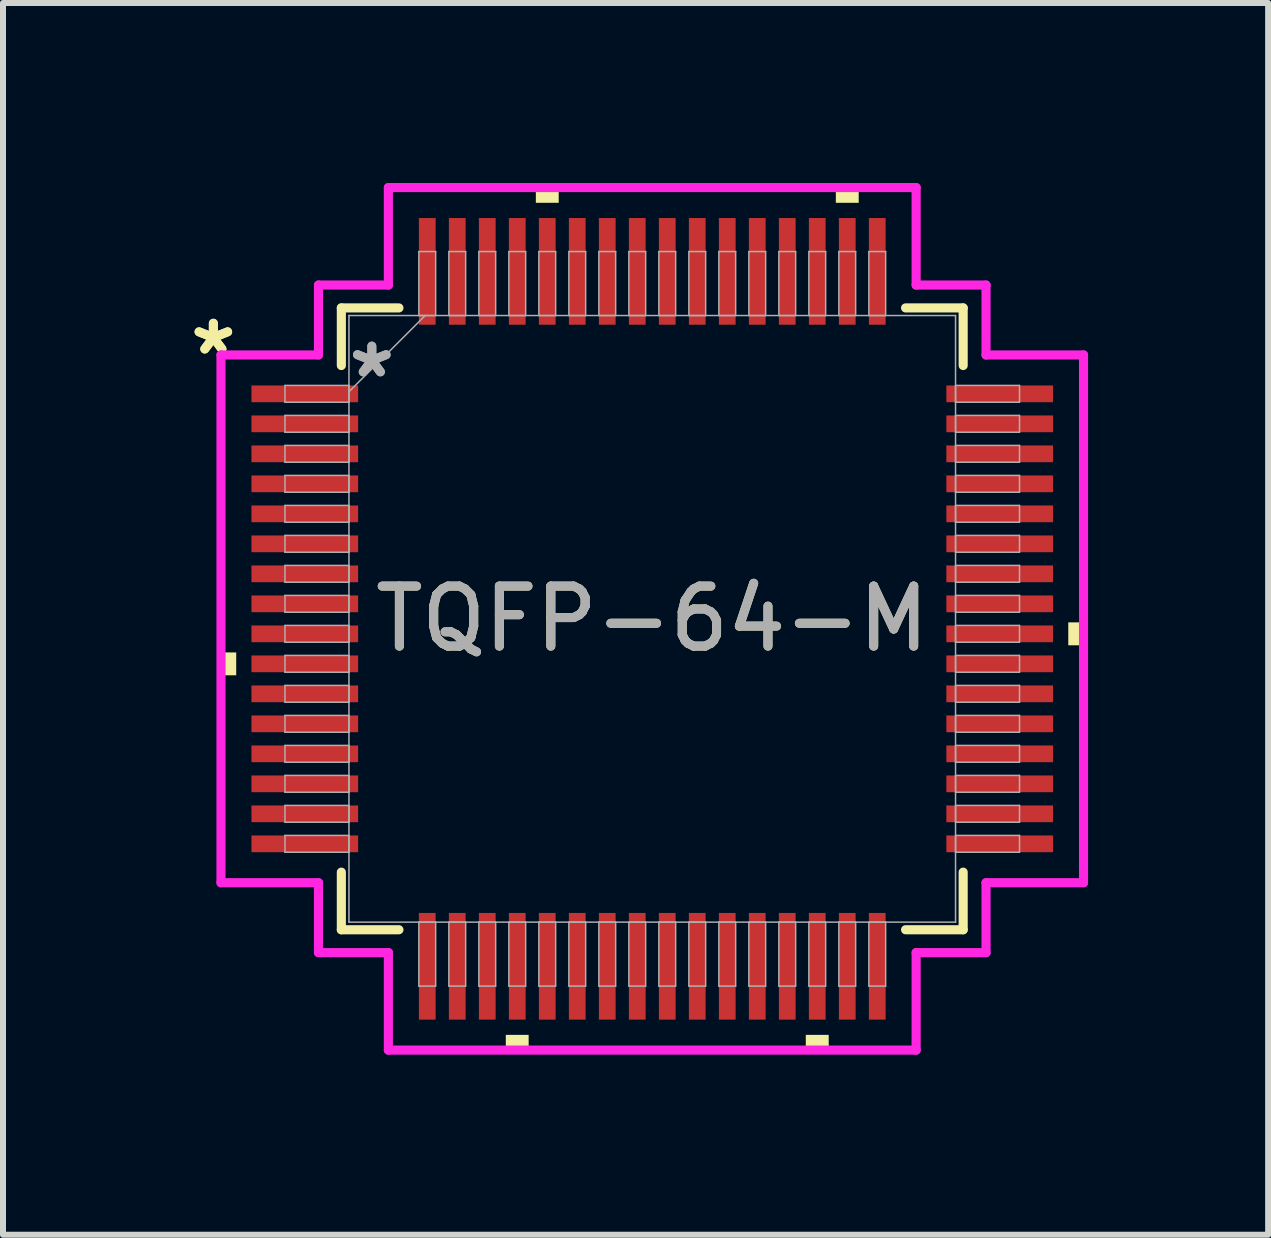
<source format=kicad_pcb>
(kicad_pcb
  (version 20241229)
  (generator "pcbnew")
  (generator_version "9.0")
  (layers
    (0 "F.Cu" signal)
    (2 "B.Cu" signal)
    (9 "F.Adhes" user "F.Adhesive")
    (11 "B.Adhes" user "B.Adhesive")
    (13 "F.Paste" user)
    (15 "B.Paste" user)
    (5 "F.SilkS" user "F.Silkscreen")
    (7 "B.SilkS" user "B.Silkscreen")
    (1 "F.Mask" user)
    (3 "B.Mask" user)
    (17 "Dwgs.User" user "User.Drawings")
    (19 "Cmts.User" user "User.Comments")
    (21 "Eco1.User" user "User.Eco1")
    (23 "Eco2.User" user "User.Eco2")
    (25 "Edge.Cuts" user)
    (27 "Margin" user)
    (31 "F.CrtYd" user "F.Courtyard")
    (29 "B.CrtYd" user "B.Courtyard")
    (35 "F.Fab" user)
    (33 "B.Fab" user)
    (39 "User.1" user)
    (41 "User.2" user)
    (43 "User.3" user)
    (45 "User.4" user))
  (footprint "TQFP-64-M"
    (layer "F.Cu")
    (at 7.821 7.264)
    (property "Reference" "TQFP-64-M" (at 0 0 0) (unlocked yes) (layer "F.SilkS") (effects (font (size 1 1) (thickness 0.15))))
    (attr smd)
    (fp_line (start -5.182 -5.182) (end -5.182 -4.222) (stroke (width 0.152) (type solid)) (layer "F.SilkS"))
    (fp_line (start -5.182 4.222) (end -5.182 5.182) (stroke (width 0.152) (type solid)) (layer "F.SilkS"))
    (fp_line (start -5.182 5.182) (end -4.222 5.182) (stroke (width 0.152) (type solid)) (layer "F.SilkS"))
    (fp_line (start -4.222 -5.182) (end -5.182 -5.182) (stroke (width 0.152) (type solid)) (layer "F.SilkS"))
    (fp_line (start 4.222 5.182) (end 5.182 5.182) (stroke (width 0.152) (type solid)) (layer "F.SilkS"))
    (fp_line (start 5.182 -5.182) (end 4.222 -5.182) (stroke (width 0.152) (type solid)) (layer "F.SilkS"))
    (fp_line (start 5.182 -4.222) (end 5.182 -5.182) (stroke (width 0.152) (type solid)) (layer "F.SilkS"))
    (fp_line (start 5.182 5.182) (end 5.182 4.222) (stroke (width 0.152) (type solid)) (layer "F.SilkS"))
    (fp_poly (pts (xy -7.188 0.56) (xy -7.188 0.941) (xy -6.934 0.941) (xy -6.934 0.56)) (stroke (width 0) (type solid)) (fill yes) (layer "F.SilkS"))
    (fp_poly (pts (xy -2.441 6.934) (xy -2.441 7.188) (xy -2.06 7.188) (xy -2.06 6.934)) (stroke (width 0) (type solid)) (fill yes) (layer "F.SilkS"))
    (fp_poly (pts (xy -1.94 -6.934) (xy -1.94 -7.188) (xy -1.559 -7.188) (xy -1.559 -6.934)) (stroke (width 0) (type solid)) (fill yes) (layer "F.SilkS"))
    (fp_poly (pts (xy 2.559 6.934) (xy 2.559 7.188) (xy 2.941 7.188) (xy 2.941 6.934)) (stroke (width 0) (type solid)) (fill yes) (layer "F.SilkS"))
    (fp_poly (pts (xy 3.06 -6.934) (xy 3.06 -7.188) (xy 3.441 -7.188) (xy 3.441 -6.934)) (stroke (width 0) (type solid)) (fill yes) (layer "F.SilkS"))
    (fp_poly (pts (xy 7.188 0.059) (xy 7.188 0.441) (xy 6.934 0.441) (xy 6.934 0.059)) (stroke (width 0) (type solid)) (fill yes) (layer "F.SilkS"))
    (fp_line (start -7.188 -4.398) (end -5.563 -4.398) (stroke (width 0.152) (type solid)) (layer "F.CrtYd"))
    (fp_line (start -7.188 4.398) (end -7.188 -4.398) (stroke (width 0.152) (type solid)) (layer "F.CrtYd"))
    (fp_line (start -5.563 -5.563) (end -4.398 -5.563) (stroke (width 0.152) (type solid)) (layer "F.CrtYd"))
    (fp_line (start -5.563 -4.398) (end -5.563 -5.563) (stroke (width 0.152) (type solid)) (layer "F.CrtYd"))
    (fp_line (start -5.563 4.398) (end -7.188 4.398) (stroke (width 0.152) (type solid)) (layer "F.CrtYd"))
    (fp_line (start -5.563 5.563) (end -5.563 4.398) (stroke (width 0.152) (type solid)) (layer "F.CrtYd"))
    (fp_line (start -5.563 5.563) (end -4.398 5.563) (stroke (width 0.152) (type solid)) (layer "F.CrtYd"))
    (fp_line (start -4.398 -7.188) (end 4.398 -7.188) (stroke (width 0.152) (type solid)) (layer "F.CrtYd"))
    (fp_line (start -4.398 -5.563) (end -4.398 -7.188) (stroke (width 0.152) (type solid)) (layer "F.CrtYd"))
    (fp_line (start -4.398 5.563) (end -4.398 7.188) (stroke (width 0.152) (type solid)) (layer "F.CrtYd"))
    (fp_line (start -4.398 7.188) (end 4.398 7.188) (stroke (width 0.152) (type solid)) (layer "F.CrtYd"))
    (fp_line (start 4.398 -7.188) (end 4.398 -5.563) (stroke (width 0.152) (type solid)) (layer "F.CrtYd"))
    (fp_line (start 4.398 -5.563) (end 5.563 -5.563) (stroke (width 0.152) (type solid)) (layer "F.CrtYd"))
    (fp_line (start 4.398 5.563) (end 5.563 5.563) (stroke (width 0.152) (type solid)) (layer "F.CrtYd"))
    (fp_line (start 4.398 7.188) (end 4.398 5.563) (stroke (width 0.152) (type solid)) (layer "F.CrtYd"))
    (fp_line (start 5.563 -4.398) (end 5.563 -5.563) (stroke (width 0.152) (type solid)) (layer "F.CrtYd"))
    (fp_line (start 5.563 4.398) (end 7.188 4.398) (stroke (width 0.152) (type solid)) (layer "F.CrtYd"))
    (fp_line (start 5.563 5.563) (end 5.563 4.398) (stroke (width 0.152) (type solid)) (layer "F.CrtYd"))
    (fp_line (start 7.188 -4.398) (end 5.563 -4.398) (stroke (width 0.152) (type solid)) (layer "F.CrtYd"))
    (fp_line (start 7.188 4.398) (end 7.188 -4.398) (stroke (width 0.152) (type solid)) (layer "F.CrtYd"))
    (fp_line (start -6.121 -3.89) (end -6.121 -3.61) (stroke (width 0.025) (type solid)) (layer "F.Fab"))
    (fp_line (start -6.121 -3.61) (end -5.055 -3.61) (stroke (width 0.025) (type solid)) (layer "F.Fab"))
    (fp_line (start -6.121 -3.39) (end -6.121 -3.11) (stroke (width 0.025) (type solid)) (layer "F.Fab"))
    (fp_line (start -6.121 -3.11) (end -5.055 -3.11) (stroke (width 0.025) (type solid)) (layer "F.Fab"))
    (fp_line (start -6.121 -2.89) (end -6.121 -2.61) (stroke (width 0.025) (type solid)) (layer "F.Fab"))
    (fp_line (start -6.121 -2.61) (end -5.055 -2.61) (stroke (width 0.025) (type solid)) (layer "F.Fab"))
    (fp_line (start -6.121 -2.39) (end -6.121 -2.11) (stroke (width 0.025) (type solid)) (layer "F.Fab"))
    (fp_line (start -6.121 -2.11) (end -5.055 -2.11) (stroke (width 0.025) (type solid)) (layer "F.Fab"))
    (fp_line (start -6.121 -1.89) (end -6.121 -1.61) (stroke (width 0.025) (type solid)) (layer "F.Fab"))
    (fp_line (start -6.121 -1.61) (end -5.055 -1.61) (stroke (width 0.025) (type solid)) (layer "F.Fab"))
    (fp_line (start -6.121 -1.39) (end -6.121 -1.11) (stroke (width 0.025) (type solid)) (layer "F.Fab"))
    (fp_line (start -6.121 -1.11) (end -5.055 -1.11) (stroke (width 0.025) (type solid)) (layer "F.Fab"))
    (fp_line (start -6.121 -0.89) (end -6.121 -0.61) (stroke (width 0.025) (type solid)) (layer "F.Fab"))
    (fp_line (start -6.121 -0.61) (end -5.055 -0.61) (stroke (width 0.025) (type solid)) (layer "F.Fab"))
    (fp_line (start -6.121 -0.39) (end -6.121 -0.11) (stroke (width 0.025) (type solid)) (layer "F.Fab"))
    (fp_line (start -6.121 -0.11) (end -5.055 -0.11) (stroke (width 0.025) (type solid)) (layer "F.Fab"))
    (fp_line (start -6.121 0.11) (end -6.121 0.39) (stroke (width 0.025) (type solid)) (layer "F.Fab"))
    (fp_line (start -6.121 0.39) (end -5.055 0.39) (stroke (width 0.025) (type solid)) (layer "F.Fab"))
    (fp_line (start -6.121 0.61) (end -6.121 0.89) (stroke (width 0.025) (type solid)) (layer "F.Fab"))
    (fp_line (start -6.121 0.89) (end -5.055 0.89) (stroke (width 0.025) (type solid)) (layer "F.Fab"))
    (fp_line (start -6.121 1.11) (end -6.121 1.39) (stroke (width 0.025) (type solid)) (layer "F.Fab"))
    (fp_line (start -6.121 1.39) (end -5.055 1.39) (stroke (width 0.025) (type solid)) (layer "F.Fab"))
    (fp_line (start -6.121 1.61) (end -6.121 1.89) (stroke (width 0.025) (type solid)) (layer "F.Fab"))
    (fp_line (start -6.121 1.89) (end -5.055 1.89) (stroke (width 0.025) (type solid)) (layer "F.Fab"))
    (fp_line (start -6.121 2.11) (end -6.121 2.39) (stroke (width 0.025) (type solid)) (layer "F.Fab"))
    (fp_line (start -6.121 2.39) (end -5.055 2.39) (stroke (width 0.025) (type solid)) (layer "F.Fab"))
    (fp_line (start -6.121 2.61) (end -6.121 2.89) (stroke (width 0.025) (type solid)) (layer "F.Fab"))
    (fp_line (start -6.121 2.89) (end -5.055 2.89) (stroke (width 0.025) (type solid)) (layer "F.Fab"))
    (fp_line (start -6.121 3.11) (end -6.121 3.39) (stroke (width 0.025) (type solid)) (layer "F.Fab"))
    (fp_line (start -6.121 3.39) (end -5.055 3.39) (stroke (width 0.025) (type solid)) (layer "F.Fab"))
    (fp_line (start -6.121 3.61) (end -6.121 3.89) (stroke (width 0.025) (type solid)) (layer "F.Fab"))
    (fp_line (start -6.121 3.89) (end -5.055 3.89) (stroke (width 0.025) (type solid)) (layer "F.Fab"))
    (fp_line (start -5.055 -5.055) (end -5.055 5.055) (stroke (width 0.025) (type solid)) (layer "F.Fab"))
    (fp_line (start -5.055 -3.89) (end -6.121 -3.89) (stroke (width 0.025) (type solid)) (layer "F.Fab"))
    (fp_line (start -5.055 -3.785) (end -3.785 -5.055) (stroke (width 0.025) (type solid)) (layer "F.Fab"))
    (fp_line (start -5.055 -3.61) (end -5.055 -3.89) (stroke (width 0.025) (type solid)) (layer "F.Fab"))
    (fp_line (start -5.055 -3.39) (end -6.121 -3.39) (stroke (width 0.025) (type solid)) (layer "F.Fab"))
    (fp_line (start -5.055 -3.11) (end -5.055 -3.39) (stroke (width 0.025) (type solid)) (layer "F.Fab"))
    (fp_line (start -5.055 -2.89) (end -6.121 -2.89) (stroke (width 0.025) (type solid)) (layer "F.Fab"))
    (fp_line (start -5.055 -2.61) (end -5.055 -2.89) (stroke (width 0.025) (type solid)) (layer "F.Fab"))
    (fp_line (start -5.055 -2.39) (end -6.121 -2.39) (stroke (width 0.025) (type solid)) (layer "F.Fab"))
    (fp_line (start -5.055 -2.11) (end -5.055 -2.39) (stroke (width 0.025) (type solid)) (layer "F.Fab"))
    (fp_line (start -5.055 -1.89) (end -6.121 -1.89) (stroke (width 0.025) (type solid)) (layer "F.Fab"))
    (fp_line (start -5.055 -1.61) (end -5.055 -1.89) (stroke (width 0.025) (type solid)) (layer "F.Fab"))
    (fp_line (start -5.055 -1.39) (end -6.121 -1.39) (stroke (width 0.025) (type solid)) (layer "F.Fab"))
    (fp_line (start -5.055 -1.11) (end -5.055 -1.39) (stroke (width 0.025) (type solid)) (layer "F.Fab"))
    (fp_line (start -5.055 -0.89) (end -6.121 -0.89) (stroke (width 0.025) (type solid)) (layer "F.Fab"))
    (fp_line (start -5.055 -0.61) (end -5.055 -0.89) (stroke (width 0.025) (type solid)) (layer "F.Fab"))
    (fp_line (start -5.055 -0.39) (end -6.121 -0.39) (stroke (width 0.025) (type solid)) (layer "F.Fab"))
    (fp_line (start -5.055 -0.11) (end -5.055 -0.39) (stroke (width 0.025) (type solid)) (layer "F.Fab"))
    (fp_line (start -5.055 0.11) (end -6.121 0.11) (stroke (width 0.025) (type solid)) (layer "F.Fab"))
    (fp_line (start -5.055 0.39) (end -5.055 0.11) (stroke (width 0.025) (type solid)) (layer "F.Fab"))
    (fp_line (start -5.055 0.61) (end -6.121 0.61) (stroke (width 0.025) (type solid)) (layer "F.Fab"))
    (fp_line (start -5.055 0.89) (end -5.055 0.61) (stroke (width 0.025) (type solid)) (layer "F.Fab"))
    (fp_line (start -5.055 1.11) (end -6.121 1.11) (stroke (width 0.025) (type solid)) (layer "F.Fab"))
    (fp_line (start -5.055 1.39) (end -5.055 1.11) (stroke (width 0.025) (type solid)) (layer "F.Fab"))
    (fp_line (start -5.055 1.61) (end -6.121 1.61) (stroke (width 0.025) (type solid)) (layer "F.Fab"))
    (fp_line (start -5.055 1.89) (end -5.055 1.61) (stroke (width 0.025) (type solid)) (layer "F.Fab"))
    (fp_line (start -5.055 2.11) (end -6.121 2.11) (stroke (width 0.025) (type solid)) (layer "F.Fab"))
    (fp_line (start -5.055 2.39) (end -5.055 2.11) (stroke (width 0.025) (type solid)) (layer "F.Fab"))
    (fp_line (start -5.055 2.61) (end -6.121 2.61) (stroke (width 0.025) (type solid)) (layer "F.Fab"))
    (fp_line (start -5.055 2.89) (end -5.055 2.61) (stroke (width 0.025) (type solid)) (layer "F.Fab"))
    (fp_line (start -5.055 3.11) (end -6.121 3.11) (stroke (width 0.025) (type solid)) (layer "F.Fab"))
    (fp_line (start -5.055 3.39) (end -5.055 3.11) (stroke (width 0.025) (type solid)) (layer "F.Fab"))
    (fp_line (start -5.055 3.61) (end -6.121 3.61) (stroke (width 0.025) (type solid)) (layer "F.Fab"))
    (fp_line (start -5.055 3.89) (end -5.055 3.61) (stroke (width 0.025) (type solid)) (layer "F.Fab"))
    (fp_line (start -5.055 5.055) (end 5.055 5.055) (stroke (width 0.025) (type solid)) (layer "F.Fab"))
    (fp_line (start -3.89 -6.121) (end -3.89 -5.055) (stroke (width 0.025) (type solid)) (layer "F.Fab"))
    (fp_line (start -3.89 -5.055) (end -3.61 -5.055) (stroke (width 0.025) (type solid)) (layer "F.Fab"))
    (fp_line (start -3.89 5.055) (end -3.89 6.121) (stroke (width 0.025) (type solid)) (layer "F.Fab"))
    (fp_line (start -3.89 6.121) (end -3.61 6.121) (stroke (width 0.025) (type solid)) (layer "F.Fab"))
    (fp_line (start -3.61 -6.121) (end -3.89 -6.121) (stroke (width 0.025) (type solid)) (layer "F.Fab"))
    (fp_line (start -3.61 -5.055) (end -3.61 -6.121) (stroke (width 0.025) (type solid)) (layer "F.Fab"))
    (fp_line (start -3.61 5.055) (end -3.89 5.055) (stroke (width 0.025) (type solid)) (layer "F.Fab"))
    (fp_line (start -3.61 6.121) (end -3.61 5.055) (stroke (width 0.025) (type solid)) (layer "F.Fab"))
    (fp_line (start -3.39 -6.121) (end -3.39 -5.055) (stroke (width 0.025) (type solid)) (layer "F.Fab"))
    (fp_line (start -3.39 -5.055) (end -3.11 -5.055) (stroke (width 0.025) (type solid)) (layer "F.Fab"))
    (fp_line (start -3.39 5.055) (end -3.39 6.121) (stroke (width 0.025) (type solid)) (layer "F.Fab"))
    (fp_line (start -3.39 6.121) (end -3.11 6.121) (stroke (width 0.025) (type solid)) (layer "F.Fab"))
    (fp_line (start -3.11 -6.121) (end -3.39 -6.121) (stroke (width 0.025) (type solid)) (layer "F.Fab"))
    (fp_line (start -3.11 -5.055) (end -3.11 -6.121) (stroke (width 0.025) (type solid)) (layer "F.Fab"))
    (fp_line (start -3.11 5.055) (end -3.39 5.055) (stroke (width 0.025) (type solid)) (layer "F.Fab"))
    (fp_line (start -3.11 6.121) (end -3.11 5.055) (stroke (width 0.025) (type solid)) (layer "F.Fab"))
    (fp_line (start -2.89 -6.121) (end -2.89 -5.055) (stroke (width 0.025) (type solid)) (layer "F.Fab"))
    (fp_line (start -2.89 -5.055) (end -2.61 -5.055) (stroke (width 0.025) (type solid)) (layer "F.Fab"))
    (fp_line (start -2.89 5.055) (end -2.89 6.121) (stroke (width 0.025) (type solid)) (layer "F.Fab"))
    (fp_line (start -2.89 6.121) (end -2.61 6.121) (stroke (width 0.025) (type solid)) (layer "F.Fab"))
    (fp_line (start -2.61 -6.121) (end -2.89 -6.121) (stroke (width 0.025) (type solid)) (layer "F.Fab"))
    (fp_line (start -2.61 -5.055) (end -2.61 -6.121) (stroke (width 0.025) (type solid)) (layer "F.Fab"))
    (fp_line (start -2.61 5.055) (end -2.89 5.055) (stroke (width 0.025) (type solid)) (layer "F.Fab"))
    (fp_line (start -2.61 6.121) (end -2.61 5.055) (stroke (width 0.025) (type solid)) (layer "F.Fab"))
    (fp_line (start -2.39 -6.121) (end -2.39 -5.055) (stroke (width 0.025) (type solid)) (layer "F.Fab"))
    (fp_line (start -2.39 -5.055) (end -2.11 -5.055) (stroke (width 0.025) (type solid)) (layer "F.Fab"))
    (fp_line (start -2.39 5.055) (end -2.39 6.121) (stroke (width 0.025) (type solid)) (layer "F.Fab"))
    (fp_line (start -2.39 6.121) (end -2.11 6.121) (stroke (width 0.025) (type solid)) (layer "F.Fab"))
    (fp_line (start -2.11 -6.121) (end -2.39 -6.121) (stroke (width 0.025) (type solid)) (layer "F.Fab"))
    (fp_line (start -2.11 -5.055) (end -2.11 -6.121) (stroke (width 0.025) (type solid)) (layer "F.Fab"))
    (fp_line (start -2.11 5.055) (end -2.39 5.055) (stroke (width 0.025) (type solid)) (layer "F.Fab"))
    (fp_line (start -2.11 6.121) (end -2.11 5.055) (stroke (width 0.025) (type solid)) (layer "F.Fab"))
    (fp_line (start -1.89 -6.121) (end -1.89 -5.055) (stroke (width 0.025) (type solid)) (layer "F.Fab"))
    (fp_line (start -1.89 -5.055) (end -1.61 -5.055) (stroke (width 0.025) (type solid)) (layer "F.Fab"))
    (fp_line (start -1.89 5.055) (end -1.89 6.121) (stroke (width 0.025) (type solid)) (layer "F.Fab"))
    (fp_line (start -1.89 6.121) (end -1.61 6.121) (stroke (width 0.025) (type solid)) (layer "F.Fab"))
    (fp_line (start -1.61 -6.121) (end -1.89 -6.121) (stroke (width 0.025) (type solid)) (layer "F.Fab"))
    (fp_line (start -1.61 -5.055) (end -1.61 -6.121) (stroke (width 0.025) (type solid)) (layer "F.Fab"))
    (fp_line (start -1.61 5.055) (end -1.89 5.055) (stroke (width 0.025) (type solid)) (layer "F.Fab"))
    (fp_line (start -1.61 6.121) (end -1.61 5.055) (stroke (width 0.025) (type solid)) (layer "F.Fab"))
    (fp_line (start -1.39 -6.121) (end -1.39 -5.055) (stroke (width 0.025) (type solid)) (layer "F.Fab"))
    (fp_line (start -1.39 -5.055) (end -1.11 -5.055) (stroke (width 0.025) (type solid)) (layer "F.Fab"))
    (fp_line (start -1.39 5.055) (end -1.39 6.121) (stroke (width 0.025) (type solid)) (layer "F.Fab"))
    (fp_line (start -1.39 6.121) (end -1.11 6.121) (stroke (width 0.025) (type solid)) (layer "F.Fab"))
    (fp_line (start -1.11 -6.121) (end -1.39 -6.121) (stroke (width 0.025) (type solid)) (layer "F.Fab"))
    (fp_line (start -1.11 -5.055) (end -1.11 -6.121) (stroke (width 0.025) (type solid)) (layer "F.Fab"))
    (fp_line (start -1.11 5.055) (end -1.39 5.055) (stroke (width 0.025) (type solid)) (layer "F.Fab"))
    (fp_line (start -1.11 6.121) (end -1.11 5.055) (stroke (width 0.025) (type solid)) (layer "F.Fab"))
    (fp_line (start -0.89 -6.121) (end -0.89 -5.055) (stroke (width 0.025) (type solid)) (layer "F.Fab"))
    (fp_line (start -0.89 -5.055) (end -0.61 -5.055) (stroke (width 0.025) (type solid)) (layer "F.Fab"))
    (fp_line (start -0.89 5.055) (end -0.89 6.121) (stroke (width 0.025) (type solid)) (layer "F.Fab"))
    (fp_line (start -0.89 6.121) (end -0.61 6.121) (stroke (width 0.025) (type solid)) (layer "F.Fab"))
    (fp_line (start -0.61 -6.121) (end -0.89 -6.121) (stroke (width 0.025) (type solid)) (layer "F.Fab"))
    (fp_line (start -0.61 -5.055) (end -0.61 -6.121) (stroke (width 0.025) (type solid)) (layer "F.Fab"))
    (fp_line (start -0.61 5.055) (end -0.89 5.055) (stroke (width 0.025) (type solid)) (layer "F.Fab"))
    (fp_line (start -0.61 6.121) (end -0.61 5.055) (stroke (width 0.025) (type solid)) (layer "F.Fab"))
    (fp_line (start -0.39 -6.121) (end -0.39 -5.055) (stroke (width 0.025) (type solid)) (layer "F.Fab"))
    (fp_line (start -0.39 -5.055) (end -0.11 -5.055) (stroke (width 0.025) (type solid)) (layer "F.Fab"))
    (fp_line (start -0.39 5.055) (end -0.39 6.121) (stroke (width 0.025) (type solid)) (layer "F.Fab"))
    (fp_line (start -0.39 6.121) (end -0.11 6.121) (stroke (width 0.025) (type solid)) (layer "F.Fab"))
    (fp_line (start -0.11 -6.121) (end -0.39 -6.121) (stroke (width 0.025) (type solid)) (layer "F.Fab"))
    (fp_line (start -0.11 -5.055) (end -0.11 -6.121) (stroke (width 0.025) (type solid)) (layer "F.Fab"))
    (fp_line (start -0.11 5.055) (end -0.39 5.055) (stroke (width 0.025) (type solid)) (layer "F.Fab"))
    (fp_line (start -0.11 6.121) (end -0.11 5.055) (stroke (width 0.025) (type solid)) (layer "F.Fab"))
    (fp_line (start 0.11 -6.121) (end 0.11 -5.055) (stroke (width 0.025) (type solid)) (layer "F.Fab"))
    (fp_line (start 0.11 -5.055) (end 0.39 -5.055) (stroke (width 0.025) (type solid)) (layer "F.Fab"))
    (fp_line (start 0.11 5.055) (end 0.11 6.121) (stroke (width 0.025) (type solid)) (layer "F.Fab"))
    (fp_line (start 0.11 6.121) (end 0.39 6.121) (stroke (width 0.025) (type solid)) (layer "F.Fab"))
    (fp_line (start 0.39 -6.121) (end 0.11 -6.121) (stroke (width 0.025) (type solid)) (layer "F.Fab"))
    (fp_line (start 0.39 -5.055) (end 0.39 -6.121) (stroke (width 0.025) (type solid)) (layer "F.Fab"))
    (fp_line (start 0.39 5.055) (end 0.11 5.055) (stroke (width 0.025) (type solid)) (layer "F.Fab"))
    (fp_line (start 0.39 6.121) (end 0.39 5.055) (stroke (width 0.025) (type solid)) (layer "F.Fab"))
    (fp_line (start 0.61 -6.121) (end 0.61 -5.055) (stroke (width 0.025) (type solid)) (layer "F.Fab"))
    (fp_line (start 0.61 -5.055) (end 0.89 -5.055) (stroke (width 0.025) (type solid)) (layer "F.Fab"))
    (fp_line (start 0.61 5.055) (end 0.61 6.121) (stroke (width 0.025) (type solid)) (layer "F.Fab"))
    (fp_line (start 0.61 6.121) (end 0.89 6.121) (stroke (width 0.025) (type solid)) (layer "F.Fab"))
    (fp_line (start 0.89 -6.121) (end 0.61 -6.121) (stroke (width 0.025) (type solid)) (layer "F.Fab"))
    (fp_line (start 0.89 -5.055) (end 0.89 -6.121) (stroke (width 0.025) (type solid)) (layer "F.Fab"))
    (fp_line (start 0.89 5.055) (end 0.61 5.055) (stroke (width 0.025) (type solid)) (layer "F.Fab"))
    (fp_line (start 0.89 6.121) (end 0.89 5.055) (stroke (width 0.025) (type solid)) (layer "F.Fab"))
    (fp_line (start 1.11 -6.121) (end 1.11 -5.055) (stroke (width 0.025) (type solid)) (layer "F.Fab"))
    (fp_line (start 1.11 -5.055) (end 1.39 -5.055) (stroke (width 0.025) (type solid)) (layer "F.Fab"))
    (fp_line (start 1.11 5.055) (end 1.11 6.121) (stroke (width 0.025) (type solid)) (layer "F.Fab"))
    (fp_line (start 1.11 6.121) (end 1.39 6.121) (stroke (width 0.025) (type solid)) (layer "F.Fab"))
    (fp_line (start 1.39 -6.121) (end 1.11 -6.121) (stroke (width 0.025) (type solid)) (layer "F.Fab"))
    (fp_line (start 1.39 -5.055) (end 1.39 -6.121) (stroke (width 0.025) (type solid)) (layer "F.Fab"))
    (fp_line (start 1.39 5.055) (end 1.11 5.055) (stroke (width 0.025) (type solid)) (layer "F.Fab"))
    (fp_line (start 1.39 6.121) (end 1.39 5.055) (stroke (width 0.025) (type solid)) (layer "F.Fab"))
    (fp_line (start 1.61 -6.121) (end 1.61 -5.055) (stroke (width 0.025) (type solid)) (layer "F.Fab"))
    (fp_line (start 1.61 -5.055) (end 1.89 -5.055) (stroke (width 0.025) (type solid)) (layer "F.Fab"))
    (fp_line (start 1.61 5.055) (end 1.61 6.121) (stroke (width 0.025) (type solid)) (layer "F.Fab"))
    (fp_line (start 1.61 6.121) (end 1.89 6.121) (stroke (width 0.025) (type solid)) (layer "F.Fab"))
    (fp_line (start 1.89 -6.121) (end 1.61 -6.121) (stroke (width 0.025) (type solid)) (layer "F.Fab"))
    (fp_line (start 1.89 -5.055) (end 1.89 -6.121) (stroke (width 0.025) (type solid)) (layer "F.Fab"))
    (fp_line (start 1.89 5.055) (end 1.61 5.055) (stroke (width 0.025) (type solid)) (layer "F.Fab"))
    (fp_line (start 1.89 6.121) (end 1.89 5.055) (stroke (width 0.025) (type solid)) (layer "F.Fab"))
    (fp_line (start 2.11 -6.121) (end 2.11 -5.055) (stroke (width 0.025) (type solid)) (layer "F.Fab"))
    (fp_line (start 2.11 -5.055) (end 2.39 -5.055) (stroke (width 0.025) (type solid)) (layer "F.Fab"))
    (fp_line (start 2.11 5.055) (end 2.11 6.121) (stroke (width 0.025) (type solid)) (layer "F.Fab"))
    (fp_line (start 2.11 6.121) (end 2.39 6.121) (stroke (width 0.025) (type solid)) (layer "F.Fab"))
    (fp_line (start 2.39 -6.121) (end 2.11 -6.121) (stroke (width 0.025) (type solid)) (layer "F.Fab"))
    (fp_line (start 2.39 -5.055) (end 2.39 -6.121) (stroke (width 0.025) (type solid)) (layer "F.Fab"))
    (fp_line (start 2.39 5.055) (end 2.11 5.055) (stroke (width 0.025) (type solid)) (layer "F.Fab"))
    (fp_line (start 2.39 6.121) (end 2.39 5.055) (stroke (width 0.025) (type solid)) (layer "F.Fab"))
    (fp_line (start 2.61 -6.121) (end 2.61 -5.055) (stroke (width 0.025) (type solid)) (layer "F.Fab"))
    (fp_line (start 2.61 -5.055) (end 2.89 -5.055) (stroke (width 0.025) (type solid)) (layer "F.Fab"))
    (fp_line (start 2.61 5.055) (end 2.61 6.121) (stroke (width 0.025) (type solid)) (layer "F.Fab"))
    (fp_line (start 2.61 6.121) (end 2.89 6.121) (stroke (width 0.025) (type solid)) (layer "F.Fab"))
    (fp_line (start 2.89 -6.121) (end 2.61 -6.121) (stroke (width 0.025) (type solid)) (layer "F.Fab"))
    (fp_line (start 2.89 -5.055) (end 2.89 -6.121) (stroke (width 0.025) (type solid)) (layer "F.Fab"))
    (fp_line (start 2.89 5.055) (end 2.61 5.055) (stroke (width 0.025) (type solid)) (layer "F.Fab"))
    (fp_line (start 2.89 6.121) (end 2.89 5.055) (stroke (width 0.025) (type solid)) (layer "F.Fab"))
    (fp_line (start 3.11 -6.121) (end 3.11 -5.055) (stroke (width 0.025) (type solid)) (layer "F.Fab"))
    (fp_line (start 3.11 -5.055) (end 3.39 -5.055) (stroke (width 0.025) (type solid)) (layer "F.Fab"))
    (fp_line (start 3.11 5.055) (end 3.11 6.121) (stroke (width 0.025) (type solid)) (layer "F.Fab"))
    (fp_line (start 3.11 6.121) (end 3.39 6.121) (stroke (width 0.025) (type solid)) (layer "F.Fab"))
    (fp_line (start 3.39 -6.121) (end 3.11 -6.121) (stroke (width 0.025) (type solid)) (layer "F.Fab"))
    (fp_line (start 3.39 -5.055) (end 3.39 -6.121) (stroke (width 0.025) (type solid)) (layer "F.Fab"))
    (fp_line (start 3.39 5.055) (end 3.11 5.055) (stroke (width 0.025) (type solid)) (layer "F.Fab"))
    (fp_line (start 3.39 6.121) (end 3.39 5.055) (stroke (width 0.025) (type solid)) (layer "F.Fab"))
    (fp_line (start 3.61 -6.121) (end 3.61 -5.055) (stroke (width 0.025) (type solid)) (layer "F.Fab"))
    (fp_line (start 3.61 -5.055) (end 3.89 -5.055) (stroke (width 0.025) (type solid)) (layer "F.Fab"))
    (fp_line (start 3.61 5.055) (end 3.61 6.121) (stroke (width 0.025) (type solid)) (layer "F.Fab"))
    (fp_line (start 3.61 6.121) (end 3.89 6.121) (stroke (width 0.025) (type solid)) (layer "F.Fab"))
    (fp_line (start 3.89 -6.121) (end 3.61 -6.121) (stroke (width 0.025) (type solid)) (layer "F.Fab"))
    (fp_line (start 3.89 -5.055) (end 3.89 -6.121) (stroke (width 0.025) (type solid)) (layer "F.Fab"))
    (fp_line (start 3.89 5.055) (end 3.61 5.055) (stroke (width 0.025) (type solid)) (layer "F.Fab"))
    (fp_line (start 3.89 6.121) (end 3.89 5.055) (stroke (width 0.025) (type solid)) (layer "F.Fab"))
    (fp_line (start 5.055 -5.055) (end -5.055 -5.055) (stroke (width 0.025) (type solid)) (layer "F.Fab"))
    (fp_line (start 5.055 -3.89) (end 5.055 -3.61) (stroke (width 0.025) (type solid)) (layer "F.Fab"))
    (fp_line (start 5.055 -3.61) (end 6.121 -3.61) (stroke (width 0.025) (type solid)) (layer "F.Fab"))
    (fp_line (start 5.055 -3.39) (end 5.055 -3.11) (stroke (width 0.025) (type solid)) (layer "F.Fab"))
    (fp_line (start 5.055 -3.11) (end 6.121 -3.11) (stroke (width 0.025) (type solid)) (layer "F.Fab"))
    (fp_line (start 5.055 -2.89) (end 5.055 -2.61) (stroke (width 0.025) (type solid)) (layer "F.Fab"))
    (fp_line (start 5.055 -2.61) (end 6.121 -2.61) (stroke (width 0.025) (type solid)) (layer "F.Fab"))
    (fp_line (start 5.055 -2.39) (end 5.055 -2.11) (stroke (width 0.025) (type solid)) (layer "F.Fab"))
    (fp_line (start 5.055 -2.11) (end 6.121 -2.11) (stroke (width 0.025) (type solid)) (layer "F.Fab"))
    (fp_line (start 5.055 -1.89) (end 5.055 -1.61) (stroke (width 0.025) (type solid)) (layer "F.Fab"))
    (fp_line (start 5.055 -1.61) (end 6.121 -1.61) (stroke (width 0.025) (type solid)) (layer "F.Fab"))
    (fp_line (start 5.055 -1.39) (end 5.055 -1.11) (stroke (width 0.025) (type solid)) (layer "F.Fab"))
    (fp_line (start 5.055 -1.11) (end 6.121 -1.11) (stroke (width 0.025) (type solid)) (layer "F.Fab"))
    (fp_line (start 5.055 -0.89) (end 5.055 -0.61) (stroke (width 0.025) (type solid)) (layer "F.Fab"))
    (fp_line (start 5.055 -0.61) (end 6.121 -0.61) (stroke (width 0.025) (type solid)) (layer "F.Fab"))
    (fp_line (start 5.055 -0.39) (end 5.055 -0.11) (stroke (width 0.025) (type solid)) (layer "F.Fab"))
    (fp_line (start 5.055 -0.11) (end 6.121 -0.11) (stroke (width 0.025) (type solid)) (layer "F.Fab"))
    (fp_line (start 5.055 0.11) (end 5.055 0.39) (stroke (width 0.025) (type solid)) (layer "F.Fab"))
    (fp_line (start 5.055 0.39) (end 6.121 0.39) (stroke (width 0.025) (type solid)) (layer "F.Fab"))
    (fp_line (start 5.055 0.61) (end 5.055 0.89) (stroke (width 0.025) (type solid)) (layer "F.Fab"))
    (fp_line (start 5.055 0.89) (end 6.121 0.89) (stroke (width 0.025) (type solid)) (layer "F.Fab"))
    (fp_line (start 5.055 1.11) (end 5.055 1.39) (stroke (width 0.025) (type solid)) (layer "F.Fab"))
    (fp_line (start 5.055 1.39) (end 6.121 1.39) (stroke (width 0.025) (type solid)) (layer "F.Fab"))
    (fp_line (start 5.055 1.61) (end 5.055 1.89) (stroke (width 0.025) (type solid)) (layer "F.Fab"))
    (fp_line (start 5.055 1.89) (end 6.121 1.89) (stroke (width 0.025) (type solid)) (layer "F.Fab"))
    (fp_line (start 5.055 2.11) (end 5.055 2.39) (stroke (width 0.025) (type solid)) (layer "F.Fab"))
    (fp_line (start 5.055 2.39) (end 6.121 2.39) (stroke (width 0.025) (type solid)) (layer "F.Fab"))
    (fp_line (start 5.055 2.61) (end 5.055 2.89) (stroke (width 0.025) (type solid)) (layer "F.Fab"))
    (fp_line (start 5.055 2.89) (end 6.121 2.89) (stroke (width 0.025) (type solid)) (layer "F.Fab"))
    (fp_line (start 5.055 3.11) (end 5.055 3.39) (stroke (width 0.025) (type solid)) (layer "F.Fab"))
    (fp_line (start 5.055 3.39) (end 6.121 3.39) (stroke (width 0.025) (type solid)) (layer "F.Fab"))
    (fp_line (start 5.055 3.61) (end 5.055 3.89) (stroke (width 0.025) (type solid)) (layer "F.Fab"))
    (fp_line (start 5.055 3.89) (end 6.121 3.89) (stroke (width 0.025) (type solid)) (layer "F.Fab"))
    (fp_line (start 5.055 5.055) (end 5.055 -5.055) (stroke (width 0.025) (type solid)) (layer "F.Fab"))
    (fp_line (start 6.121 -3.89) (end 5.055 -3.89) (stroke (width 0.025) (type solid)) (layer "F.Fab"))
    (fp_line (start 6.121 -3.61) (end 6.121 -3.89) (stroke (width 0.025) (type solid)) (layer "F.Fab"))
    (fp_line (start 6.121 -3.39) (end 5.055 -3.39) (stroke (width 0.025) (type solid)) (layer "F.Fab"))
    (fp_line (start 6.121 -3.11) (end 6.121 -3.39) (stroke (width 0.025) (type solid)) (layer "F.Fab"))
    (fp_line (start 6.121 -2.89) (end 5.055 -2.89) (stroke (width 0.025) (type solid)) (layer "F.Fab"))
    (fp_line (start 6.121 -2.61) (end 6.121 -2.89) (stroke (width 0.025) (type solid)) (layer "F.Fab"))
    (fp_line (start 6.121 -2.39) (end 5.055 -2.39) (stroke (width 0.025) (type solid)) (layer "F.Fab"))
    (fp_line (start 6.121 -2.11) (end 6.121 -2.39) (stroke (width 0.025) (type solid)) (layer "F.Fab"))
    (fp_line (start 6.121 -1.89) (end 5.055 -1.89) (stroke (width 0.025) (type solid)) (layer "F.Fab"))
    (fp_line (start 6.121 -1.61) (end 6.121 -1.89) (stroke (width 0.025) (type solid)) (layer "F.Fab"))
    (fp_line (start 6.121 -1.39) (end 5.055 -1.39) (stroke (width 0.025) (type solid)) (layer "F.Fab"))
    (fp_line (start 6.121 -1.11) (end 6.121 -1.39) (stroke (width 0.025) (type solid)) (layer "F.Fab"))
    (fp_line (start 6.121 -0.89) (end 5.055 -0.89) (stroke (width 0.025) (type solid)) (layer "F.Fab"))
    (fp_line (start 6.121 -0.61) (end 6.121 -0.89) (stroke (width 0.025) (type solid)) (layer "F.Fab"))
    (fp_line (start 6.121 -0.39) (end 5.055 -0.39) (stroke (width 0.025) (type solid)) (layer "F.Fab"))
    (fp_line (start 6.121 -0.11) (end 6.121 -0.39) (stroke (width 0.025) (type solid)) (layer "F.Fab"))
    (fp_line (start 6.121 0.11) (end 5.055 0.11) (stroke (width 0.025) (type solid)) (layer "F.Fab"))
    (fp_line (start 6.121 0.39) (end 6.121 0.11) (stroke (width 0.025) (type solid)) (layer "F.Fab"))
    (fp_line (start 6.121 0.61) (end 5.055 0.61) (stroke (width 0.025) (type solid)) (layer "F.Fab"))
    (fp_line (start 6.121 0.89) (end 6.121 0.61) (stroke (width 0.025) (type solid)) (layer "F.Fab"))
    (fp_line (start 6.121 1.11) (end 5.055 1.11) (stroke (width 0.025) (type solid)) (layer "F.Fab"))
    (fp_line (start 6.121 1.39) (end 6.121 1.11) (stroke (width 0.025) (type solid)) (layer "F.Fab"))
    (fp_line (start 6.121 1.61) (end 5.055 1.61) (stroke (width 0.025) (type solid)) (layer "F.Fab"))
    (fp_line (start 6.121 1.89) (end 6.121 1.61) (stroke (width 0.025) (type solid)) (layer "F.Fab"))
    (fp_line (start 6.121 2.11) (end 5.055 2.11) (stroke (width 0.025) (type solid)) (layer "F.Fab"))
    (fp_line (start 6.121 2.39) (end 6.121 2.11) (stroke (width 0.025) (type solid)) (layer "F.Fab"))
    (fp_line (start 6.121 2.61) (end 5.055 2.61) (stroke (width 0.025) (type solid)) (layer "F.Fab"))
    (fp_line (start 6.121 2.89) (end 6.121 2.61) (stroke (width 0.025) (type solid)) (layer "F.Fab"))
    (fp_line (start 6.121 3.11) (end 5.055 3.11) (stroke (width 0.025) (type solid)) (layer "F.Fab"))
    (fp_line (start 6.121 3.39) (end 6.121 3.11) (stroke (width 0.025) (type solid)) (layer "F.Fab"))
    (fp_line (start 6.121 3.61) (end 5.055 3.61) (stroke (width 0.025) (type solid)) (layer "F.Fab"))
    (fp_line (start 6.121 3.89) (end 6.121 3.61) (stroke (width 0.025) (type solid)) (layer "F.Fab"))
    (fp_text user "*" (at -7.315 -4.381 0) (unlocked yes) (layer "F.SilkS") (effects (font (size 1 1) (thickness 0.15))))
    (fp_text user "*" (at -7.315 -4.381 0) (layer "F.SilkS") (effects (font (size 1 1) (thickness 0.15))))
    (fp_text user "${REFERENCE}" (at 0 0 0) (unlocked yes) (layer "F.Fab") (effects (font (size 1 1) (thickness 0.15))))
    (fp_text user "*" (at -4.674 -4 0) (unlocked yes) (layer "F.Fab") (effects (font (size 1 1) (thickness 0.15))))
    (fp_text user "*" (at -4.674 -4 0) (layer "F.Fab") (effects (font (size 1 1) (thickness 0.15))))
    (pad "1" smd rect (at -5.791 -3.75 90) (size 0.279 1.778) (layers "F.Cu" "F.Mask" "F.Paste"))
    (pad "2" smd rect (at -5.791 -3.25 90) (size 0.279 1.778) (layers "F.Cu" "F.Mask" "F.Paste"))
    (pad "3" smd rect (at -5.791 -2.75 90) (size 0.279 1.778) (layers "F.Cu" "F.Mask" "F.Paste"))
    (pad "4" smd rect (at -5.791 -2.25 90) (size 0.279 1.778) (layers "F.Cu" "F.Mask" "F.Paste"))
    (pad "5" smd rect (at -5.791 -1.75 90) (size 0.279 1.778) (layers "F.Cu" "F.Mask" "F.Paste"))
    (pad "6" smd rect (at -5.791 -1.25 90) (size 0.279 1.778) (layers "F.Cu" "F.Mask" "F.Paste"))
    (pad "7" smd rect (at -5.791 -0.75 90) (size 0.279 1.778) (layers "F.Cu" "F.Mask" "F.Paste"))
    (pad "8" smd rect (at -5.791 -0.25 90) (size 0.279 1.778) (layers "F.Cu" "F.Mask" "F.Paste"))
    (pad "9" smd rect (at -5.791 0.25 90) (size 0.279 1.778) (layers "F.Cu" "F.Mask" "F.Paste"))
    (pad "10" smd rect (at -5.791 0.75 90) (size 0.279 1.778) (layers "F.Cu" "F.Mask" "F.Paste"))
    (pad "11" smd rect (at -5.791 1.25 90) (size 0.279 1.778) (layers "F.Cu" "F.Mask" "F.Paste"))
    (pad "12" smd rect (at -5.791 1.75 90) (size 0.279 1.778) (layers "F.Cu" "F.Mask" "F.Paste"))
    (pad "13" smd rect (at -5.791 2.25 90) (size 0.279 1.778) (layers "F.Cu" "F.Mask" "F.Paste"))
    (pad "14" smd rect (at -5.791 2.75 90) (size 0.279 1.778) (layers "F.Cu" "F.Mask" "F.Paste"))
    (pad "15" smd rect (at -5.791 3.25 90) (size 0.279 1.778) (layers "F.Cu" "F.Mask" "F.Paste"))
    (pad "16" smd rect (at -5.791 3.75 90) (size 0.279 1.778) (layers "F.Cu" "F.Mask" "F.Paste"))
    (pad "17" smd rect (at -3.75 5.791) (size 0.279 1.778) (layers "F.Cu" "F.Mask" "F.Paste"))
    (pad "18" smd rect (at -3.25 5.791) (size 0.279 1.778) (layers "F.Cu" "F.Mask" "F.Paste"))
    (pad "19" smd rect (at -2.75 5.791) (size 0.279 1.778) (layers "F.Cu" "F.Mask" "F.Paste"))
    (pad "20" smd rect (at -2.25 5.791) (size 0.279 1.778) (layers "F.Cu" "F.Mask" "F.Paste"))
    (pad "21" smd rect (at -1.75 5.791) (size 0.279 1.778) (layers "F.Cu" "F.Mask" "F.Paste"))
    (pad "22" smd rect (at -1.25 5.791) (size 0.279 1.778) (layers "F.Cu" "F.Mask" "F.Paste"))
    (pad "23" smd rect (at -0.75 5.791) (size 0.279 1.778) (layers "F.Cu" "F.Mask" "F.Paste"))
    (pad "24" smd rect (at -0.25 5.791) (size 0.279 1.778) (layers "F.Cu" "F.Mask" "F.Paste"))
    (pad "25" smd rect (at 0.25 5.791) (size 0.279 1.778) (layers "F.Cu" "F.Mask" "F.Paste"))
    (pad "26" smd rect (at 0.75 5.791) (size 0.279 1.778) (layers "F.Cu" "F.Mask" "F.Paste"))
    (pad "27" smd rect (at 1.25 5.791) (size 0.279 1.778) (layers "F.Cu" "F.Mask" "F.Paste"))
    (pad "28" smd rect (at 1.75 5.791) (size 0.279 1.778) (layers "F.Cu" "F.Mask" "F.Paste"))
    (pad "29" smd rect (at 2.25 5.791) (size 0.279 1.778) (layers "F.Cu" "F.Mask" "F.Paste"))
    (pad "30" smd rect (at 2.75 5.791) (size 0.279 1.778) (layers "F.Cu" "F.Mask" "F.Paste"))
    (pad "31" smd rect (at 3.25 5.791) (size 0.279 1.778) (layers "F.Cu" "F.Mask" "F.Paste"))
    (pad "32" smd rect (at 3.75 5.791) (size 0.279 1.778) (layers "F.Cu" "F.Mask" "F.Paste"))
    (pad "33" smd rect (at 5.791 3.75 90) (size 0.279 1.778) (layers "F.Cu" "F.Mask" "F.Paste"))
    (pad "34" smd rect (at 5.791 3.25 90) (size 0.279 1.778) (layers "F.Cu" "F.Mask" "F.Paste"))
    (pad "35" smd rect (at 5.791 2.75 90) (size 0.279 1.778) (layers "F.Cu" "F.Mask" "F.Paste"))
    (pad "36" smd rect (at 5.791 2.25 90) (size 0.279 1.778) (layers "F.Cu" "F.Mask" "F.Paste"))
    (pad "37" smd rect (at 5.791 1.75 90) (size 0.279 1.778) (layers "F.Cu" "F.Mask" "F.Paste"))
    (pad "38" smd rect (at 5.791 1.25 90) (size 0.279 1.778) (layers "F.Cu" "F.Mask" "F.Paste"))
    (pad "39" smd rect (at 5.791 0.75 90) (size 0.279 1.778) (layers "F.Cu" "F.Mask" "F.Paste"))
    (pad "40" smd rect (at 5.791 0.25 90) (size 0.279 1.778) (layers "F.Cu" "F.Mask" "F.Paste"))
    (pad "41" smd rect (at 5.791 -0.25 90) (size 0.279 1.778) (layers "F.Cu" "F.Mask" "F.Paste"))
    (pad "42" smd rect (at 5.791 -0.75 90) (size 0.279 1.778) (layers "F.Cu" "F.Mask" "F.Paste"))
    (pad "43" smd rect (at 5.791 -1.25 90) (size 0.279 1.778) (layers "F.Cu" "F.Mask" "F.Paste"))
    (pad "44" smd rect (at 5.791 -1.75 90) (size 0.279 1.778) (layers "F.Cu" "F.Mask" "F.Paste"))
    (pad "45" smd rect (at 5.791 -2.25 90) (size 0.279 1.778) (layers "F.Cu" "F.Mask" "F.Paste"))
    (pad "46" smd rect (at 5.791 -2.75 90) (size 0.279 1.778) (layers "F.Cu" "F.Mask" "F.Paste"))
    (pad "47" smd rect (at 5.791 -3.25 90) (size 0.279 1.778) (layers "F.Cu" "F.Mask" "F.Paste"))
    (pad "48" smd rect (at 5.791 -3.75 90) (size 0.279 1.778) (layers "F.Cu" "F.Mask" "F.Paste"))
    (pad "49" smd rect (at 3.75 -5.791) (size 0.279 1.778) (layers "F.Cu" "F.Mask" "F.Paste"))
    (pad "50" smd rect (at 3.25 -5.791) (size 0.279 1.778) (layers "F.Cu" "F.Mask" "F.Paste"))
    (pad "51" smd rect (at 2.75 -5.791) (size 0.279 1.778) (layers "F.Cu" "F.Mask" "F.Paste"))
    (pad "52" smd rect (at 2.25 -5.791) (size 0.279 1.778) (layers "F.Cu" "F.Mask" "F.Paste"))
    (pad "53" smd rect (at 1.75 -5.791) (size 0.279 1.778) (layers "F.Cu" "F.Mask" "F.Paste"))
    (pad "54" smd rect (at 1.25 -5.791) (size 0.279 1.778) (layers "F.Cu" "F.Mask" "F.Paste"))
    (pad "55" smd rect (at 0.75 -5.791) (size 0.279 1.778) (layers "F.Cu" "F.Mask" "F.Paste"))
    (pad "56" smd rect (at 0.25 -5.791) (size 0.279 1.778) (layers "F.Cu" "F.Mask" "F.Paste"))
    (pad "57" smd rect (at -0.25 -5.791) (size 0.279 1.778) (layers "F.Cu" "F.Mask" "F.Paste"))
    (pad "58" smd rect (at -0.75 -5.791) (size 0.279 1.778) (layers "F.Cu" "F.Mask" "F.Paste"))
    (pad "59" smd rect (at -1.25 -5.791) (size 0.279 1.778) (layers "F.Cu" "F.Mask" "F.Paste"))
    (pad "60" smd rect (at -1.75 -5.791) (size 0.279 1.778) (layers "F.Cu" "F.Mask" "F.Paste"))
    (pad "61" smd rect (at -2.25 -5.791) (size 0.279 1.778) (layers "F.Cu" "F.Mask" "F.Paste"))
    (pad "62" smd rect (at -2.75 -5.791) (size 0.279 1.778) (layers "F.Cu" "F.Mask" "F.Paste"))
    (pad "63" smd rect (at -3.25 -5.791) (size 0.279 1.778) (layers "F.Cu" "F.Mask" "F.Paste"))
    (pad "64" smd rect (at -3.75 -5.791) (size 0.279 1.778) (layers "F.Cu" "F.Mask" "F.Paste")))
  (gr_rect
    (start -3 -3)
    (end 18.086 17.529)
    (stroke (width 0.1) (type default))
    (fill no)
    (layer "Edge.Cuts")))
</source>
